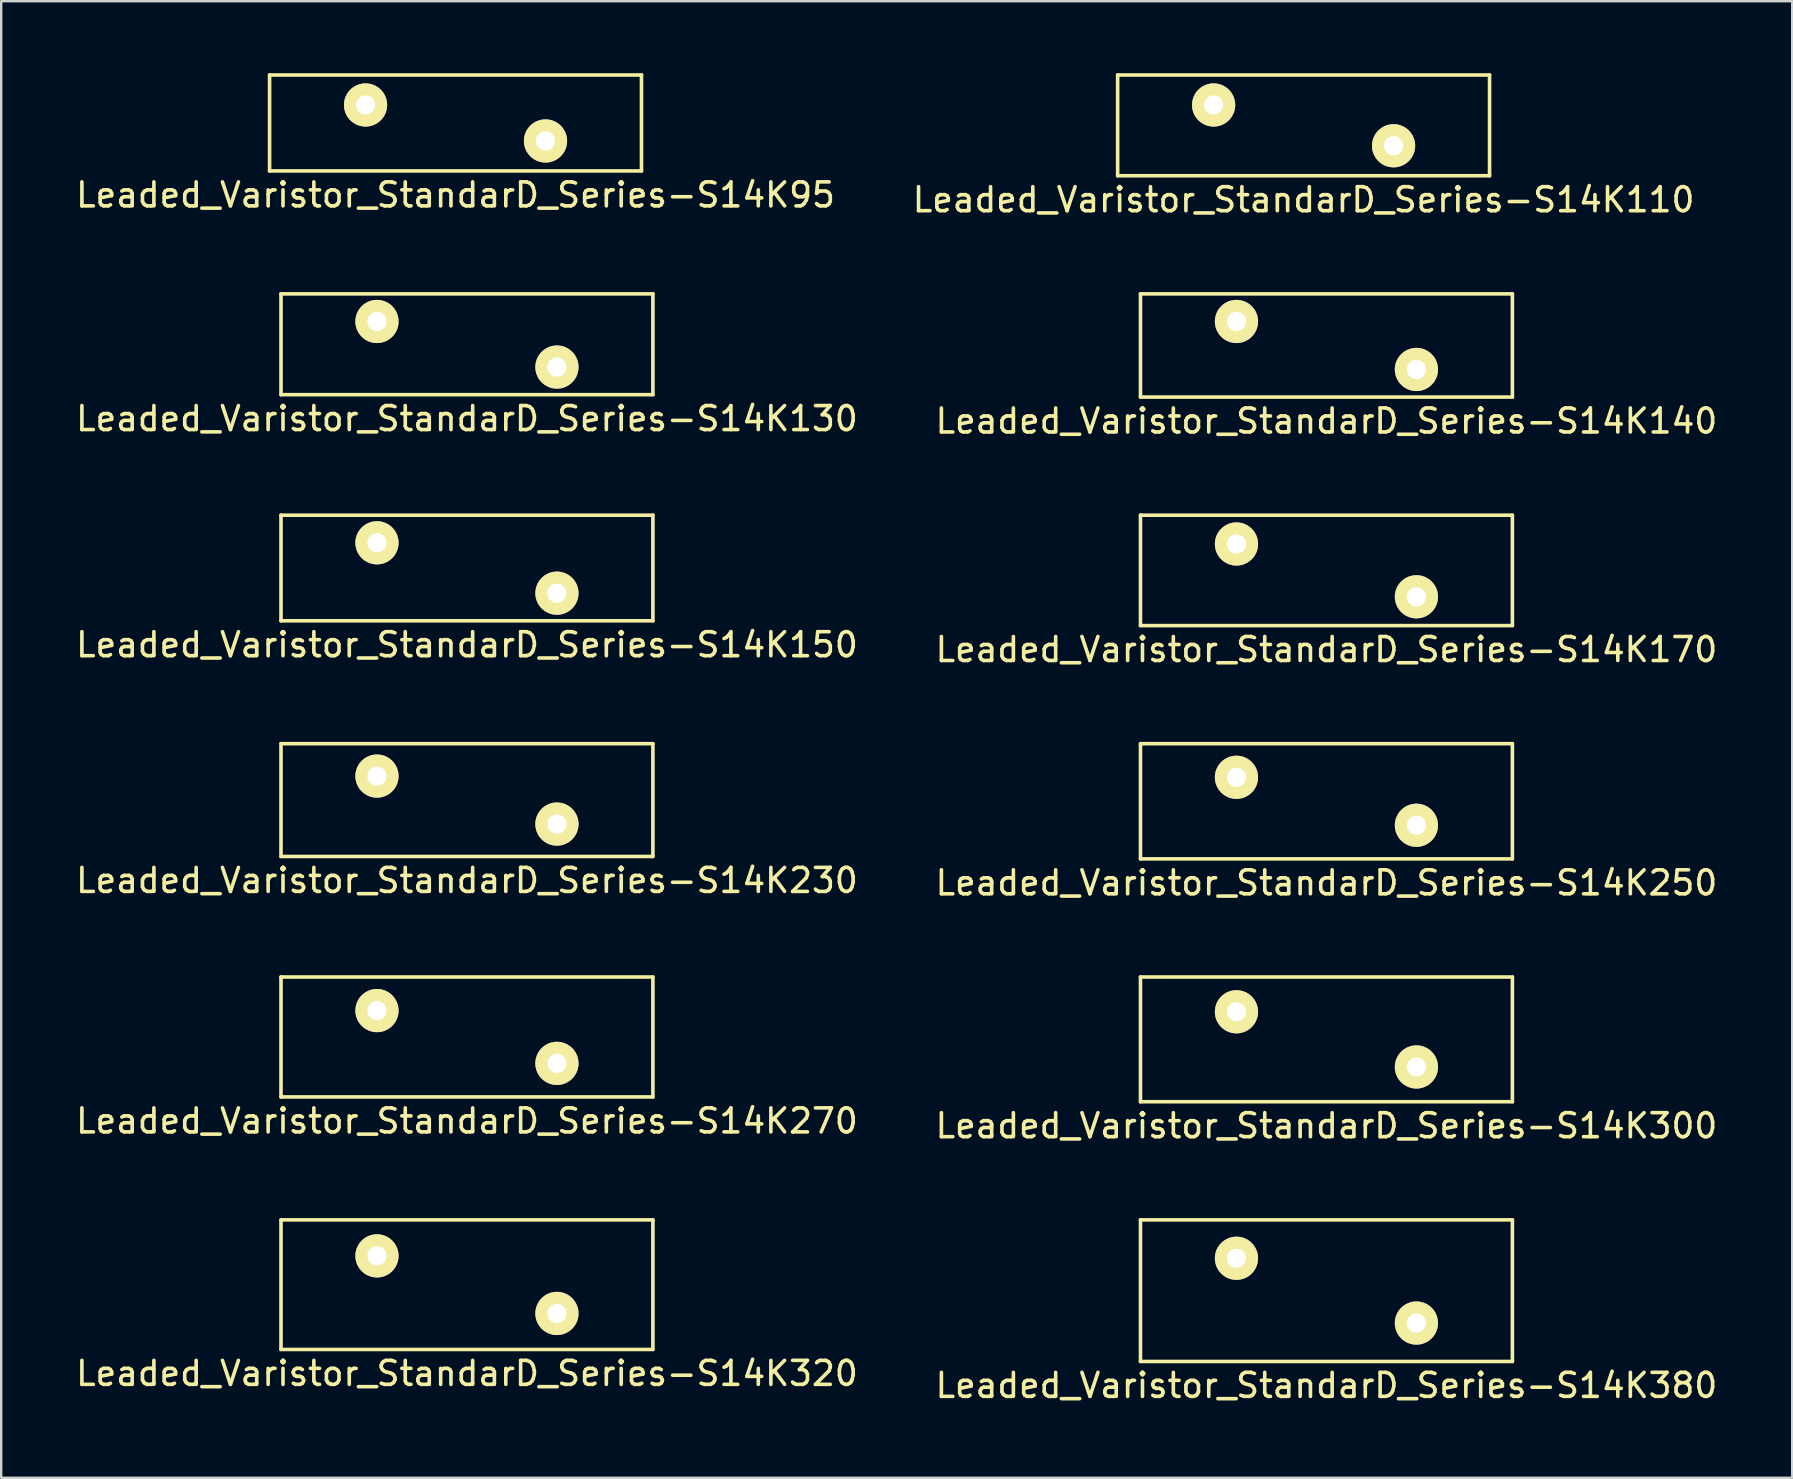
<source format=kicad_pcb>
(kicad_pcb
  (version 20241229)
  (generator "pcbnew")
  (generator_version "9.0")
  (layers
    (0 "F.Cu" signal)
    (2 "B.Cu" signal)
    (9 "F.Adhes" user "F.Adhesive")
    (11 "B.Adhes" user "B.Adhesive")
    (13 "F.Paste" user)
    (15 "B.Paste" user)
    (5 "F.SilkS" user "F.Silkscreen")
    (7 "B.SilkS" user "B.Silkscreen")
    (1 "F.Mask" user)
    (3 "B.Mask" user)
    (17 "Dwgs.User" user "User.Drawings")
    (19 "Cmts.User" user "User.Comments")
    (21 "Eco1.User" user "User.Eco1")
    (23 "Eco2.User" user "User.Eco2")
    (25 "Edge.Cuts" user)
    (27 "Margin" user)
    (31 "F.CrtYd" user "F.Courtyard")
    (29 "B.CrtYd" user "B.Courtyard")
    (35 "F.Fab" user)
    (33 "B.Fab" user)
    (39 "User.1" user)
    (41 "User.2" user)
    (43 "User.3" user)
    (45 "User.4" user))
  (footprint "Leaded_Varistor_StandarD_Series-S14K250"
    (layer "F.Cu")
    (at 48.482 29.345)
    (property "Reference" "Leaded_Varistor_StandarD_Series-S14K250" (at 3.75 4.4 0) (layer "F.SilkS") (effects (font (size 1 1) (thickness 0.15))))
    (attr through_hole)
    (fp_line (start -4 -1.4) (end -4 3.4) (stroke (width 0.15) (type solid)) (layer "F.SilkS"))
    (fp_line (start -4 -1.4) (end 11.5 -1.4) (stroke (width 0.15) (type solid)) (layer "F.SilkS"))
    (fp_line (start -4 3.4) (end 11.5 3.4) (stroke (width 0.15) (type solid)) (layer "F.SilkS"))
    (fp_line (start 11.5 -1.4) (end 11.5 3.4) (stroke (width 0.15) (type solid)) (layer "F.SilkS"))
    (pad "1" thru_hole circle (at 0 0) (size 1.8 1.8) (drill 0.8) (layers "*.Cu" "*.Mask" "F.SilkS"))
    (pad "2" thru_hole circle (at 7.5 2) (size 1.8 1.8) (drill 0.8) (layers "*.Cu" "*.Mask" "F.SilkS")))
  (footprint "Leaded_Varistor_StandarD_Series-S14K270"
    (layer "F.Cu")
    (at 12.661 39.068)
    (property "Reference" "Leaded_Varistor_StandarD_Series-S14K270" (at 3.75 4.6 0) (layer "F.SilkS") (effects (font (size 1 1) (thickness 0.15))))
    (attr through_hole)
    (fp_line (start -4 -1.4) (end -4 3.6) (stroke (width 0.15) (type solid)) (layer "F.SilkS"))
    (fp_line (start -4 -1.4) (end 11.5 -1.4) (stroke (width 0.15) (type solid)) (layer "F.SilkS"))
    (fp_line (start -4 3.6) (end 11.5 3.6) (stroke (width 0.15) (type solid)) (layer "F.SilkS"))
    (fp_line (start 11.5 -1.4) (end 11.5 3.6) (stroke (width 0.15) (type solid)) (layer "F.SilkS"))
    (pad "1" thru_hole circle (at 0 0) (size 1.8 1.8) (drill 0.8) (layers "*.Cu" "*.Mask" "F.SilkS"))
    (pad "2" thru_hole circle (at 7.5 2.2) (size 1.8 1.8) (drill 0.8) (layers "*.Cu" "*.Mask" "F.SilkS")))
  (footprint "Leaded_Varistor_StandarD_Series-S14K300"
    (layer "F.Cu")
    (at 48.482 39.118)
    (property "Reference" "Leaded_Varistor_StandarD_Series-S14K300" (at 3.75 4.75 0) (layer "F.SilkS") (effects (font (size 1 1) (thickness 0.15))))
    (attr through_hole)
    (fp_line (start -4 -1.45) (end -4 3.75) (stroke (width 0.15) (type solid)) (layer "F.SilkS"))
    (fp_line (start -4 -1.45) (end 11.5 -1.45) (stroke (width 0.15) (type solid)) (layer "F.SilkS"))
    (fp_line (start -4 3.75) (end 11.5 3.75) (stroke (width 0.15) (type solid)) (layer "F.SilkS"))
    (fp_line (start 11.5 -1.45) (end 11.5 3.75) (stroke (width 0.15) (type solid)) (layer "F.SilkS"))
    (pad "1" thru_hole circle (at 0 0) (size 1.8 1.8) (drill 0.8) (layers "*.Cu" "*.Mask" "F.SilkS"))
    (pad "2" thru_hole circle (at 7.5 2.3) (size 1.8 1.8) (drill 0.8) (layers "*.Cu" "*.Mask" "F.SilkS")))
  (footprint "Leaded_Varistor_StandarD_Series-S14K95"
    (layer "F.Cu")
    (at 12.185 1.325)
    (property "Reference" "Leaded_Varistor_StandarD_Series-S14K95" (at 3.75 3.75 0) (layer "F.SilkS") (effects (font (size 1 1) (thickness 0.15))))
    (attr through_hole)
    (fp_line (start -4 -1.25) (end -4 2.75) (stroke (width 0.15) (type solid)) (layer "F.SilkS"))
    (fp_line (start -4 -1.25) (end 11.5 -1.25) (stroke (width 0.15) (type solid)) (layer "F.SilkS"))
    (fp_line (start -4 2.75) (end 11.5 2.75) (stroke (width 0.15) (type solid)) (layer "F.SilkS"))
    (fp_line (start 11.5 -1.25) (end 11.5 2.75) (stroke (width 0.15) (type solid)) (layer "F.SilkS"))
    (pad "1" thru_hole circle (at 0 0) (size 1.8 1.8) (drill 0.8) (layers "*.Cu" "*.Mask" "F.SilkS"))
    (pad "2" thru_hole circle (at 7.5 1.5) (size 1.8 1.8) (drill 0.8) (layers "*.Cu" "*.Mask" "F.SilkS")))
  (footprint "Leaded_Varistor_StandarD_Series-S14K110"
    (layer "F.Cu")
    (at 47.53 1.325)
    (property "Reference" "Leaded_Varistor_StandarD_Series-S14K110" (at 3.75 3.95 0) (layer "F.SilkS") (effects (font (size 1 1) (thickness 0.15))))
    (attr through_hole)
    (fp_line (start -4 -1.25) (end -4 2.95) (stroke (width 0.15) (type solid)) (layer "F.SilkS"))
    (fp_line (start -4 -1.25) (end 11.5 -1.25) (stroke (width 0.15) (type solid)) (layer "F.SilkS"))
    (fp_line (start -4 2.95) (end 11.5 2.95) (stroke (width 0.15) (type solid)) (layer "F.SilkS"))
    (fp_line (start 11.5 -1.25) (end 11.5 2.95) (stroke (width 0.15) (type solid)) (layer "F.SilkS"))
    (pad "1" thru_hole circle (at 0 0) (size 1.8 1.8) (drill 0.8) (layers "*.Cu" "*.Mask" "F.SilkS"))
    (pad "2" thru_hole circle (at 7.5 1.7) (size 1.8 1.8) (drill 0.8) (layers "*.Cu" "*.Mask" "F.SilkS")))
  (footprint "Leaded_Varistor_StandarD_Series-S14K150"
    (layer "F.Cu")
    (at 12.661 19.572)
    (property "Reference" "Leaded_Varistor_StandarD_Series-S14K150" (at 3.75 4.25 0) (layer "F.SilkS") (effects (font (size 1 1) (thickness 0.15))))
    (attr through_hole)
    (fp_line (start -4 -1.15) (end -4 3.25) (stroke (width 0.15) (type solid)) (layer "F.SilkS"))
    (fp_line (start -4 -1.15) (end 11.5 -1.15) (stroke (width 0.15) (type solid)) (layer "F.SilkS"))
    (fp_line (start -4 3.25) (end 11.5 3.25) (stroke (width 0.15) (type solid)) (layer "F.SilkS"))
    (fp_line (start 11.5 -1.15) (end 11.5 3.25) (stroke (width 0.15) (type solid)) (layer "F.SilkS"))
    (pad "1" thru_hole circle (at 0 0) (size 1.8 1.8) (drill 0.8) (layers "*.Cu" "*.Mask" "F.SilkS"))
    (pad "2" thru_hole circle (at 7.5 2.1) (size 1.8 1.8) (drill 0.8) (layers "*.Cu" "*.Mask" "F.SilkS")))
  (footprint "Leaded_Varistor_StandarD_Series-S14K230"
    (layer "F.Cu")
    (at 12.661 29.295)
    (property "Reference" "Leaded_Varistor_StandarD_Series-S14K230" (at 3.75 4.35 0) (layer "F.SilkS") (effects (font (size 1 1) (thickness 0.15))))
    (attr through_hole)
    (fp_line (start -4 -1.35) (end -4 3.35) (stroke (width 0.15) (type solid)) (layer "F.SilkS"))
    (fp_line (start -4 -1.35) (end 11.5 -1.35) (stroke (width 0.15) (type solid)) (layer "F.SilkS"))
    (fp_line (start -4 3.35) (end 11.5 3.35) (stroke (width 0.15) (type solid)) (layer "F.SilkS"))
    (fp_line (start 11.5 -1.35) (end 11.5 3.35) (stroke (width 0.15) (type solid)) (layer "F.SilkS"))
    (pad "1" thru_hole circle (at 0 0) (size 1.8 1.8) (drill 0.8) (layers "*.Cu" "*.Mask" "F.SilkS"))
    (pad "2" thru_hole circle (at 7.5 2) (size 1.8 1.8) (drill 0.8) (layers "*.Cu" "*.Mask" "F.SilkS")))
  (footprint "Leaded_Varistor_StandarD_Series-S14K140"
    (layer "F.Cu")
    (at 48.482 10.348)
    (property "Reference" "Leaded_Varistor_StandarD_Series-S14K140" (at 3.75 4.15 0) (layer "F.SilkS") (effects (font (size 1 1) (thickness 0.15))))
    (attr through_hole)
    (fp_line (start -4 -1.15) (end -4 3.15) (stroke (width 0.15) (type solid)) (layer "F.SilkS"))
    (fp_line (start -4 -1.15) (end 11.5 -1.15) (stroke (width 0.15) (type solid)) (layer "F.SilkS"))
    (fp_line (start -4 3.15) (end 11.5 3.15) (stroke (width 0.15) (type solid)) (layer "F.SilkS"))
    (fp_line (start 11.5 -1.15) (end 11.5 3.15) (stroke (width 0.15) (type solid)) (layer "F.SilkS"))
    (pad "1" thru_hole circle (at 0 0) (size 1.8 1.8) (drill 0.8) (layers "*.Cu" "*.Mask" "F.SilkS"))
    (pad "2" thru_hole circle (at 7.5 2) (size 1.8 1.8) (drill 0.8) (layers "*.Cu" "*.Mask" "F.SilkS")))
  (footprint "Leaded_Varistor_StandarD_Series-S14K320"
    (layer "F.Cu")
    (at 12.661 49.291)
    (property "Reference" "Leaded_Varistor_StandarD_Series-S14K320" (at 3.75 4.9 0) (layer "F.SilkS") (effects (font (size 1 1) (thickness 0.15))))
    (attr through_hole)
    (fp_line (start -4 -1.5) (end -4 3.9) (stroke (width 0.15) (type solid)) (layer "F.SilkS"))
    (fp_line (start -4 -1.5) (end 11.5 -1.5) (stroke (width 0.15) (type solid)) (layer "F.SilkS"))
    (fp_line (start -4 3.9) (end 11.5 3.9) (stroke (width 0.15) (type solid)) (layer "F.SilkS"))
    (fp_line (start 11.5 -1.5) (end 11.5 3.9) (stroke (width 0.15) (type solid)) (layer "F.SilkS"))
    (pad "1" thru_hole circle (at 0 0) (size 1.8 1.8) (drill 0.8) (layers "*.Cu" "*.Mask" "F.SilkS"))
    (pad "2" thru_hole circle (at 7.5 2.4) (size 1.8 1.8) (drill 0.8) (layers "*.Cu" "*.Mask" "F.SilkS")))
  (footprint "Leaded_Varistor_StandarD_Series-S14K130"
    (layer "F.Cu")
    (at 12.661 10.348)
    (property "Reference" "Leaded_Varistor_StandarD_Series-S14K130" (at 3.75 4.05 0) (layer "F.SilkS") (effects (font (size 1 1) (thickness 0.15))))
    (attr through_hole)
    (fp_line (start -4 -1.15) (end -4 3.05) (stroke (width 0.15) (type solid)) (layer "F.SilkS"))
    (fp_line (start -4 -1.15) (end 11.5 -1.15) (stroke (width 0.15) (type solid)) (layer "F.SilkS"))
    (fp_line (start -4 3.05) (end 11.5 3.05) (stroke (width 0.15) (type solid)) (layer "F.SilkS"))
    (fp_line (start 11.5 -1.15) (end 11.5 3.05) (stroke (width 0.15) (type solid)) (layer "F.SilkS"))
    (pad "1" thru_hole circle (at 0 0) (size 1.8 1.8) (drill 0.8) (layers "*.Cu" "*.Mask" "F.SilkS"))
    (pad "2" thru_hole circle (at 7.5 1.9) (size 1.8 1.8) (drill 0.8) (layers "*.Cu" "*.Mask" "F.SilkS")))
  (footprint "Leaded_Varistor_StandarD_Series-S14K170"
    (layer "F.Cu")
    (at 48.482 19.622)
    (property "Reference" "Leaded_Varistor_StandarD_Series-S14K170" (at 3.75 4.4 0) (layer "F.SilkS") (effects (font (size 1 1) (thickness 0.15))))
    (attr through_hole)
    (fp_line (start -4 -1.2) (end -4 3.4) (stroke (width 0.15) (type solid)) (layer "F.SilkS"))
    (fp_line (start -4 -1.2) (end 11.5 -1.2) (stroke (width 0.15) (type solid)) (layer "F.SilkS"))
    (fp_line (start -4 3.4) (end 11.5 3.4) (stroke (width 0.15) (type solid)) (layer "F.SilkS"))
    (fp_line (start 11.5 -1.2) (end 11.5 3.4) (stroke (width 0.15) (type solid)) (layer "F.SilkS"))
    (pad "1" thru_hole circle (at 0 0) (size 1.8 1.8) (drill 0.8) (layers "*.Cu" "*.Mask" "F.SilkS"))
    (pad "2" thru_hole circle (at 7.5 2.2) (size 1.8 1.8) (drill 0.8) (layers "*.Cu" "*.Mask" "F.SilkS")))
  (footprint "Leaded_Varistor_StandarD_Series-S14K380"
    (layer "F.Cu")
    (at 48.482 49.391)
    (property "Reference" "Leaded_Varistor_StandarD_Series-S14K380" (at 3.75 5.3 0) (layer "F.SilkS") (effects (font (size 1 1) (thickness 0.15))))
    (attr through_hole)
    (fp_line (start -4 -1.6) (end -4 4.3) (stroke (width 0.15) (type solid)) (layer "F.SilkS"))
    (fp_line (start -4 -1.6) (end 11.5 -1.6) (stroke (width 0.15) (type solid)) (layer "F.SilkS"))
    (fp_line (start -4 4.3) (end 11.5 4.3) (stroke (width 0.15) (type solid)) (layer "F.SilkS"))
    (fp_line (start 11.5 -1.6) (end 11.5 4.3) (stroke (width 0.15) (type solid)) (layer "F.SilkS"))
    (pad "1" thru_hole circle (at 0 0) (size 1.8 1.8) (drill 0.8) (layers "*.Cu" "*.Mask" "F.SilkS"))
    (pad "2" thru_hole circle (at 7.5 2.7) (size 1.8 1.8) (drill 0.8) (layers "*.Cu" "*.Mask" "F.SilkS")))
  (gr_rect
    (start -3 -3)
    (end 71.643 58.539)
    (stroke (width 0.1) (type default))
    (fill no)
    (layer "Edge.Cuts")))
</source>
